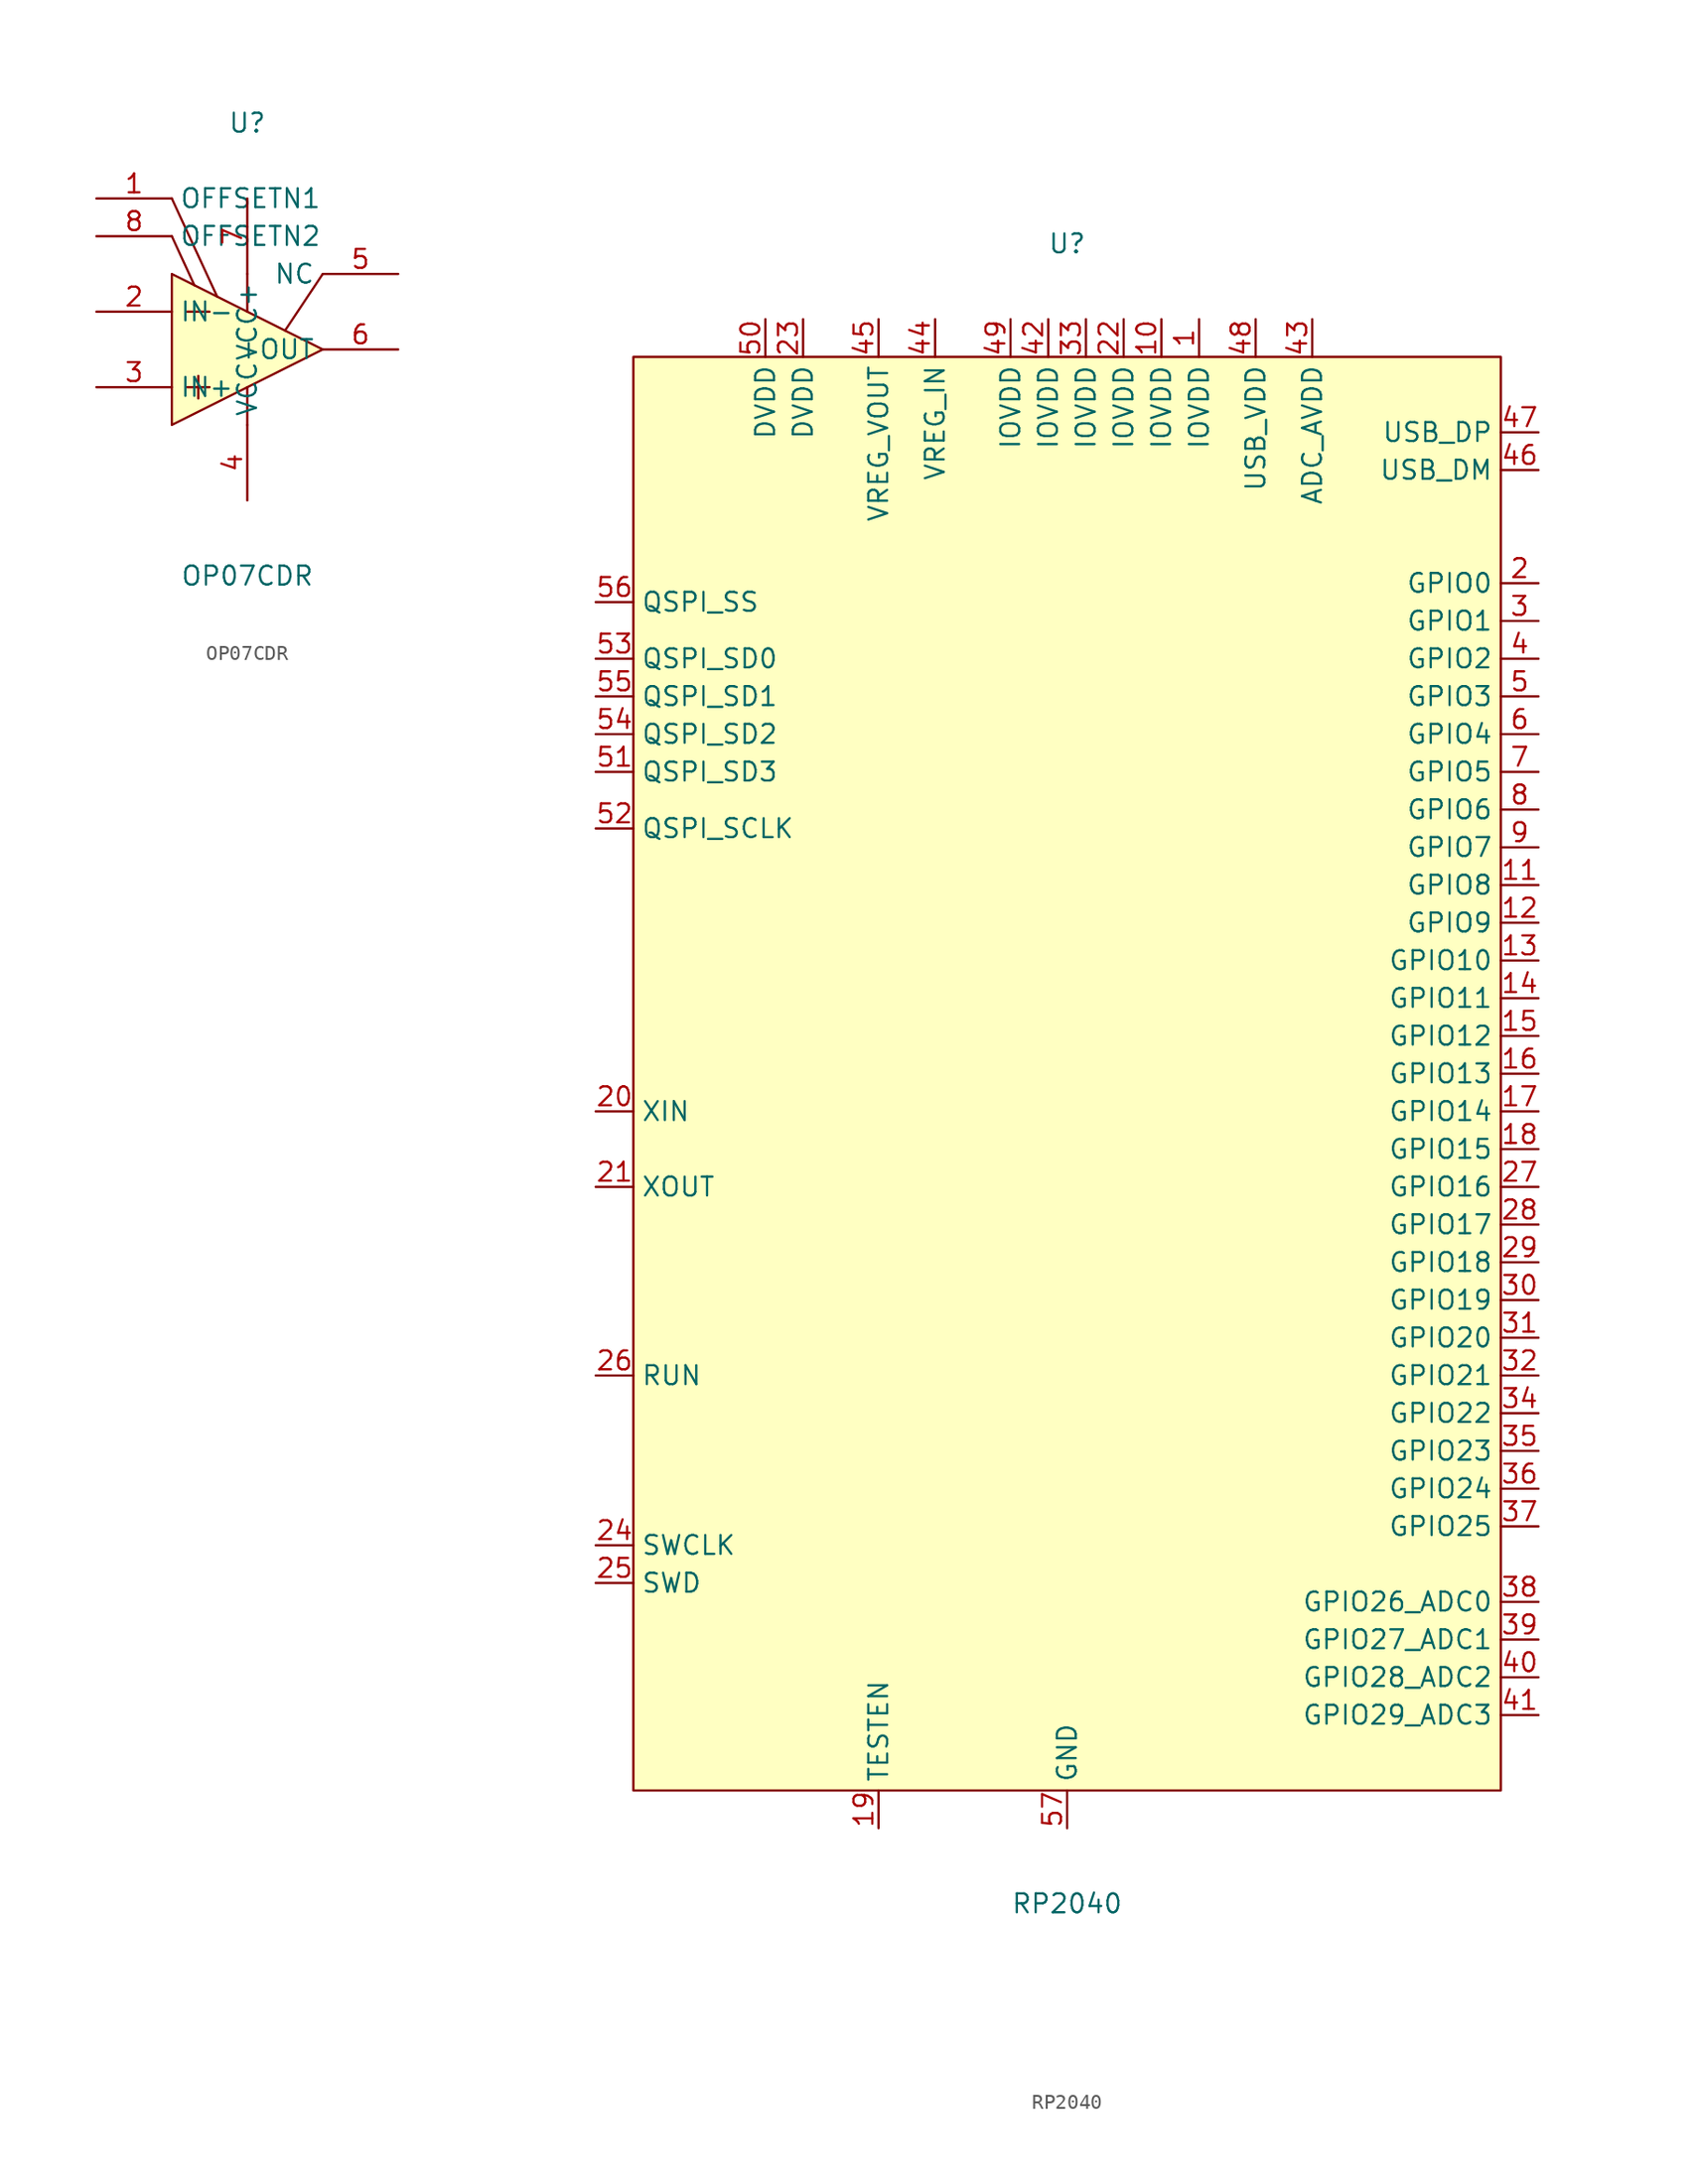
<source format=kicad_sym>
(kicad_symbol_lib
  (version 20211014)
  (generator https://github.com/uPesy/easyeda2kicad.py)
  (symbol "OP07CDR"
    (property "Reference" "U"
      (at 0 13.97 0)
      (effects (font (size 1.27 1.27))))
    (property "Value" "OP07CDR"
      (at 0 -16.51 0)
      (effects (font (size 1.27 1.27))))
    (symbol "OP07CDR_0_1"
      (polyline (pts (xy -4.06 -3.81) (xy -2.54 -3.81)) (stroke (width 0) (type default) (color 0 0 0 0)) (fill (type none)))
      (polyline (pts (xy -4.06 1.27) (xy -2.54 1.27)) (stroke (width 0) (type default) (color 0 0 0 0)) (fill (type none)))
      (polyline (pts (xy -3.56 3.05) (xy -5.08 6.35)) (stroke (width 0) (type default) (color 0 0 0 0)) (fill (type none)))
      (polyline (pts (xy -3.3 -3.05) (xy -3.3 -4.57)) (stroke (width 0) (type default) (color 0 0 0 0)) (fill (type none)))
      (polyline (pts (xy -2.03 2.29) (xy -5.08 8.89)) (stroke (width 0) (type default) (color 0 0 0 0)) (fill (type none)))
      (polyline (pts (xy 0 -3.81) (xy 0 -6.35)) (stroke (width 0) (type default) (color 0 0 0 0)) (fill (type none)))
      (polyline (pts (xy 0 3.81) (xy 0 1.27)) (stroke (width 0) (type default) (color 0 0 0 0)) (fill (type none)))
      (polyline (pts (xy 5.08 3.81) (xy 2.54 0)) (stroke (width 0) (type default) (color 0 0 0 0)) (fill (type none)))
      (polyline (pts (xy -5.08 -6.35) (xy 5.08 -1.27) (xy -5.08 3.81) (xy -5.08 -6.35)) (stroke (width 0) (type default) (color 0 0 0 0)) (fill (type background)))
      (pin unspecified line (at -10.16 8.89 0) (length 5.08) (name "OFFSETN1" (effects (font (size 1.27 1.27)))) (number "1" (effects (font (size 1.27 1.27)))))
      (pin unspecified line (at -10.16 1.27 0) (length 5.08) (name "IN-" (effects (font (size 1.27 1.27)))) (number "2" (effects (font (size 1.27 1.27)))))
      (pin unspecified line (at -10.16 -3.81 0) (length 5.08) (name "IN+" (effects (font (size 1.27 1.27)))) (number "3" (effects (font (size 1.27 1.27)))))
      (pin power_in line (at 0 -11.43 90) (length 5.08) (name "VCC-" (effects (font (size 1.27 1.27)))) (number "4" (effects (font (size 1.27 1.27)))))
      (pin unspecified line (at 10.16 3.81 180) (length 5.08) (name "NC" (effects (font (size 1.27 1.27)))) (number "5" (effects (font (size 1.27 1.27)))))
      (pin output line (at 10.16 -1.27 180) (length 5.08) (name "OUT" (effects (font (size 1.27 1.27)))) (number "6" (effects (font (size 1.27 1.27)))))
      (pin power_in line (at 0 8.89 270) (length 5.08) (name "VCC+" (effects (font (size 1.27 1.27)))) (number "7" (effects (font (size 1.27 1.27)))))
      (pin unspecified line (at -10.16 6.35 0) (length 5.08) (name "OFFSETN2" (effects (font (size 1.27 1.27)))) (number "8" (effects (font (size 1.27 1.27)))))))
  (symbol "RP2040"
    (property "Reference" "U"
      (at 0 58.42 0)
      (effects (font (size 1.27 1.27))))
    (property "Value" "RP2040"
      (at 0 -53.34 0)
      (effects (font (size 1.27 1.27))))
    (symbol "RP2040_0_1"
      (rectangle (start -29.21 50.8) (end 29.21 -45.72) (stroke (width 0) (type default) (color 0 0 0 0)) (fill (type background)))
      (pin bidirectional line (at 8.89 53.34 270) (length 2.54) (name "IOVDD" (effects (font (size 1.27 1.27)))) (number "1" (effects (font (size 1.27 1.27)))))
      (pin bidirectional line (at 6.35 53.34 270) (length 2.54) (name "IOVDD" (effects (font (size 1.27 1.27)))) (number "10" (effects (font (size 1.27 1.27)))))
      (pin bidirectional line (at 31.75 15.24 180) (length 2.54) (name "GPIO8" (effects (font (size 1.27 1.27)))) (number "11" (effects (font (size 1.27 1.27)))))
      (pin bidirectional line (at 31.75 12.7 180) (length 2.54) (name "GPIO9" (effects (font (size 1.27 1.27)))) (number "12" (effects (font (size 1.27 1.27)))))
      (pin bidirectional line (at 31.75 10.16 180) (length 2.54) (name "GPIO10" (effects (font (size 1.27 1.27)))) (number "13" (effects (font (size 1.27 1.27)))))
      (pin bidirectional line (at 31.75 7.62 180) (length 2.54) (name "GPIO11" (effects (font (size 1.27 1.27)))) (number "14" (effects (font (size 1.27 1.27)))))
      (pin bidirectional line (at 31.75 5.08 180) (length 2.54) (name "GPIO12" (effects (font (size 1.27 1.27)))) (number "15" (effects (font (size 1.27 1.27)))))
      (pin bidirectional line (at 31.75 2.54 180) (length 2.54) (name "GPIO13" (effects (font (size 1.27 1.27)))) (number "16" (effects (font (size 1.27 1.27)))))
      (pin bidirectional line (at 31.75 0 180) (length 2.54) (name "GPIO14" (effects (font (size 1.27 1.27)))) (number "17" (effects (font (size 1.27 1.27)))))
      (pin bidirectional line (at 31.75 -2.54 180) (length 2.54) (name "GPIO15" (effects (font (size 1.27 1.27)))) (number "18" (effects (font (size 1.27 1.27)))))
      (pin unspecified line (at -12.7 -48.26 90) (length 2.54) (name "TESTEN" (effects (font (size 1.27 1.27)))) (number "19" (effects (font (size 1.27 1.27)))))
      (pin bidirectional line (at 31.75 35.56 180) (length 2.54) (name "GPIO0" (effects (font (size 1.27 1.27)))) (number "2" (effects (font (size 1.27 1.27)))))
      (pin input line (at -31.75 0 0) (length 2.54) (name "XIN" (effects (font (size 1.27 1.27)))) (number "20" (effects (font (size 1.27 1.27)))))
      (pin unspecified line (at -31.75 -5.08 0) (length 2.54) (name "XOUT" (effects (font (size 1.27 1.27)))) (number "21" (effects (font (size 1.27 1.27)))))
      (pin bidirectional line (at 3.81 53.34 270) (length 2.54) (name "IOVDD" (effects (font (size 1.27 1.27)))) (number "22" (effects (font (size 1.27 1.27)))))
      (pin bidirectional line (at -17.78 53.34 270) (length 2.54) (name "DVDD" (effects (font (size 1.27 1.27)))) (number "23" (effects (font (size 1.27 1.27)))))
      (pin output line (at -31.75 -29.21 0) (length 2.54) (name "SWCLK" (effects (font (size 1.27 1.27)))) (number "24" (effects (font (size 1.27 1.27)))))
      (pin bidirectional line (at -31.75 -31.75 0) (length 2.54) (name "SWD" (effects (font (size 1.27 1.27)))) (number "25" (effects (font (size 1.27 1.27)))))
      (pin input line (at -31.75 -17.78 0) (length 2.54) (name "RUN" (effects (font (size 1.27 1.27)))) (number "26" (effects (font (size 1.27 1.27)))))
      (pin bidirectional line (at 31.75 -5.08 180) (length 2.54) (name "GPIO16" (effects (font (size 1.27 1.27)))) (number "27" (effects (font (size 1.27 1.27)))))
      (pin bidirectional line (at 31.75 -7.62 180) (length 2.54) (name "GPIO17" (effects (font (size 1.27 1.27)))) (number "28" (effects (font (size 1.27 1.27)))))
      (pin bidirectional line (at 31.75 -10.16 180) (length 2.54) (name "GPIO18" (effects (font (size 1.27 1.27)))) (number "29" (effects (font (size 1.27 1.27)))))
      (pin bidirectional line (at 31.75 33.02 180) (length 2.54) (name "GPIO1" (effects (font (size 1.27 1.27)))) (number "3" (effects (font (size 1.27 1.27)))))
      (pin bidirectional line (at 31.75 -12.7 180) (length 2.54) (name "GPIO19" (effects (font (size 1.27 1.27)))) (number "30" (effects (font (size 1.27 1.27)))))
      (pin bidirectional line (at 31.75 -15.24 180) (length 2.54) (name "GPIO20" (effects (font (size 1.27 1.27)))) (number "31" (effects (font (size 1.27 1.27)))))
      (pin bidirectional line (at 31.75 -17.78 180) (length 2.54) (name "GPIO21" (effects (font (size 1.27 1.27)))) (number "32" (effects (font (size 1.27 1.27)))))
      (pin bidirectional line (at 1.27 53.34 270) (length 2.54) (name "IOVDD" (effects (font (size 1.27 1.27)))) (number "33" (effects (font (size 1.27 1.27)))))
      (pin bidirectional line (at 31.75 -20.32 180) (length 2.54) (name "GPIO22" (effects (font (size 1.27 1.27)))) (number "34" (effects (font (size 1.27 1.27)))))
      (pin bidirectional line (at 31.75 -22.86 180) (length 2.54) (name "GPIO23" (effects (font (size 1.27 1.27)))) (number "35" (effects (font (size 1.27 1.27)))))
      (pin bidirectional line (at 31.75 -25.4 180) (length 2.54) (name "GPIO24" (effects (font (size 1.27 1.27)))) (number "36" (effects (font (size 1.27 1.27)))))
      (pin bidirectional line (at 31.75 -27.94 180) (length 2.54) (name "GPIO25" (effects (font (size 1.27 1.27)))) (number "37" (effects (font (size 1.27 1.27)))))
      (pin bidirectional line (at 31.75 -33.02 180) (length 2.54) (name "GPIO26_ADC0" (effects (font (size 1.27 1.27)))) (number "38" (effects (font (size 1.27 1.27)))))
      (pin bidirectional line (at 31.75 -35.56 180) (length 2.54) (name "GPIO27_ADC1" (effects (font (size 1.27 1.27)))) (number "39" (effects (font (size 1.27 1.27)))))
      (pin bidirectional line (at 31.75 30.48 180) (length 2.54) (name "GPIO2" (effects (font (size 1.27 1.27)))) (number "4" (effects (font (size 1.27 1.27)))))
      (pin bidirectional line (at 31.75 -38.1 180) (length 2.54) (name "GPIO28_ADC2" (effects (font (size 1.27 1.27)))) (number "40" (effects (font (size 1.27 1.27)))))
      (pin bidirectional line (at 31.75 -40.64 180) (length 2.54) (name "GPIO29_ADC3" (effects (font (size 1.27 1.27)))) (number "41" (effects (font (size 1.27 1.27)))))
      (pin bidirectional line (at -1.27 53.34 270) (length 2.54) (name "IOVDD" (effects (font (size 1.27 1.27)))) (number "42" (effects (font (size 1.27 1.27)))))
      (pin bidirectional line (at 16.51 53.34 270) (length 2.54) (name "ADC_AVDD" (effects (font (size 1.27 1.27)))) (number "43" (effects (font (size 1.27 1.27)))))
      (pin bidirectional line (at -8.89 53.34 270) (length 2.54) (name "VREG_IN" (effects (font (size 1.27 1.27)))) (number "44" (effects (font (size 1.27 1.27)))))
      (pin bidirectional line (at -12.7 53.34 270) (length 2.54) (name "VREG_VOUT" (effects (font (size 1.27 1.27)))) (number "45" (effects (font (size 1.27 1.27)))))
      (pin bidirectional line (at 31.75 43.18 180) (length 2.54) (name "USB_DM" (effects (font (size 1.27 1.27)))) (number "46" (effects (font (size 1.27 1.27)))))
      (pin bidirectional line (at 31.75 45.72 180) (length 2.54) (name "USB_DP" (effects (font (size 1.27 1.27)))) (number "47" (effects (font (size 1.27 1.27)))))
      (pin bidirectional line (at 12.7 53.34 270) (length 2.54) (name "USB_VDD" (effects (font (size 1.27 1.27)))) (number "48" (effects (font (size 1.27 1.27)))))
      (pin bidirectional line (at -3.81 53.34 270) (length 2.54) (name "IOVDD" (effects (font (size 1.27 1.27)))) (number "49" (effects (font (size 1.27 1.27)))))
      (pin bidirectional line (at 31.75 27.94 180) (length 2.54) (name "GPIO3" (effects (font (size 1.27 1.27)))) (number "5" (effects (font (size 1.27 1.27)))))
      (pin bidirectional line (at -20.32 53.34 270) (length 2.54) (name "DVDD" (effects (font (size 1.27 1.27)))) (number "50" (effects (font (size 1.27 1.27)))))
      (pin bidirectional line (at -31.75 22.86 0) (length 2.54) (name "QSPI_SD3" (effects (font (size 1.27 1.27)))) (number "51" (effects (font (size 1.27 1.27)))))
      (pin output line (at -31.75 19.05 0) (length 2.54) (name "QSPI_SCLK" (effects (font (size 1.27 1.27)))) (number "52" (effects (font (size 1.27 1.27)))))
      (pin bidirectional line (at -31.75 30.48 0) (length 2.54) (name "QSPI_SD0" (effects (font (size 1.27 1.27)))) (number "53" (effects (font (size 1.27 1.27)))))
      (pin bidirectional line (at -31.75 25.4 0) (length 2.54) (name "QSPI_SD2" (effects (font (size 1.27 1.27)))) (number "54" (effects (font (size 1.27 1.27)))))
      (pin bidirectional line (at -31.75 27.94 0) (length 2.54) (name "QSPI_SD1" (effects (font (size 1.27 1.27)))) (number "55" (effects (font (size 1.27 1.27)))))
      (pin bidirectional line (at -31.75 34.29 0) (length 2.54) (name "QSPI_SS" (effects (font (size 1.27 1.27)))) (number "56" (effects (font (size 1.27 1.27)))))
      (pin bidirectional line (at 0 -48.26 90) (length 2.54) (name "GND" (effects (font (size 1.27 1.27)))) (number "57" (effects (font (size 1.27 1.27)))))
      (pin bidirectional line (at 31.75 25.4 180) (length 2.54) (name "GPIO4" (effects (font (size 1.27 1.27)))) (number "6" (effects (font (size 1.27 1.27)))))
      (pin bidirectional line (at 31.75 22.86 180) (length 2.54) (name "GPIO5" (effects (font (size 1.27 1.27)))) (number "7" (effects (font (size 1.27 1.27)))))
      (pin bidirectional line (at 31.75 20.32 180) (length 2.54) (name "GPIO6" (effects (font (size 1.27 1.27)))) (number "8" (effects (font (size 1.27 1.27)))))
      (pin bidirectional line (at 31.75 17.78 180) (length 2.54) (name "GPIO7" (effects (font (size 1.27 1.27)))) (number "9" (effects (font (size 1.27 1.27))))))))
</source>
